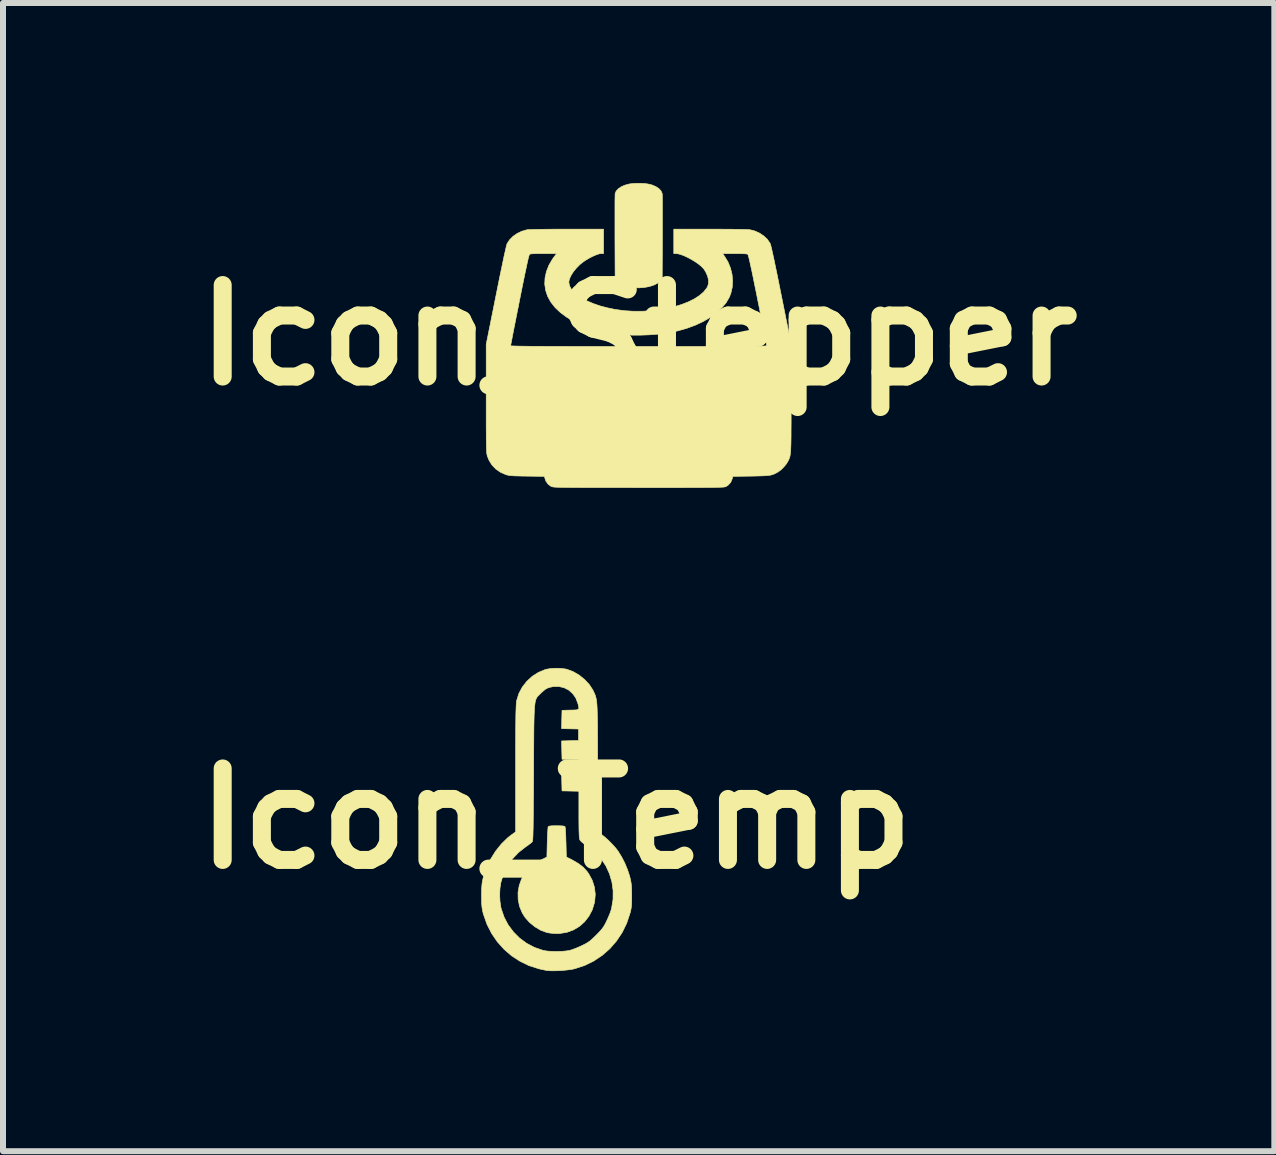
<source format=kicad_pcb>
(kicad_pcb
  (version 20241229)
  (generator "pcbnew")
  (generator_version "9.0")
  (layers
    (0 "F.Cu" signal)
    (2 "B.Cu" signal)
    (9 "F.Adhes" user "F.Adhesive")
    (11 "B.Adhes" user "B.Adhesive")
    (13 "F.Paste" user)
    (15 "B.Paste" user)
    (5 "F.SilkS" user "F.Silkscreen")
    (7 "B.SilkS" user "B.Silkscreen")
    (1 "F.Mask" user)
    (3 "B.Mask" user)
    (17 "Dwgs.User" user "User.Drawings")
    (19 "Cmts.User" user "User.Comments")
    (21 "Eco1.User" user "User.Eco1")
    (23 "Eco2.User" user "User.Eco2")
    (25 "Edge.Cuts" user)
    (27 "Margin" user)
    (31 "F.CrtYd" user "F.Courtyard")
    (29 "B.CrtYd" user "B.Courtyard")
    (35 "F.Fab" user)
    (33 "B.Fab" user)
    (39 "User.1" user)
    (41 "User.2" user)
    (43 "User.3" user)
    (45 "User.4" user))
  (footprint "Icon_Temp"
    (layer "F.Cu")
    (at 6.212 10.588)
    (property "Reference" "Icon_Temp" (at 0 0 0) (layer "F.SilkS") (effects (font (size 1.524 1.524) (thickness 0.3))))
    (attr through_hole)
    (fp_poly (pts (xy 0.078 0.121) (xy 0.123 0.124) (xy 0.147 0.131) (xy 0.152 0.135) (xy 0.155 0.151) (xy 0.159 0.187) (xy 0.162 0.24) (xy 0.165 0.304) (xy 0.167 0.378) (xy 0.168 0.395) (xy 0.174 0.64) (xy 0.28 0.694) (xy 0.377 0.751) (xy 0.455 0.811) (xy 0.518 0.88) (xy 0.546 0.919) (xy 0.605 1.028) (xy 0.642 1.143) (xy 0.656 1.262) (xy 0.646 1.382) (xy 0.642 1.402) (xy 0.606 1.521) (xy 0.55 1.627) (xy 0.478 1.72) (xy 0.391 1.797) (xy 0.292 1.856) (xy 0.182 1.896) (xy 0.064 1.915) (xy 0.016 1.916) (xy -0.042 1.914) (xy -0.1 1.908) (xy -0.147 1.9) (xy -0.154 1.898) (xy -0.253 1.861) (xy -0.349 1.804) (xy -0.437 1.733) (xy -0.511 1.651) (xy -0.56 1.574) (xy -0.606 1.463) (xy -0.629 1.347) (xy -0.631 1.23) (xy -0.611 1.115) (xy -0.571 1.005) (xy -0.511 0.902) (xy -0.431 0.81) (xy -0.416 0.796) (xy -0.377 0.766) (xy -0.326 0.732) (xy -0.271 0.701) (xy -0.253 0.692) (xy -0.15 0.641) (xy -0.144 0.395) (xy -0.142 0.32) (xy -0.139 0.253) (xy -0.135 0.198) (xy -0.132 0.157) (xy -0.129 0.136) (xy -0.128 0.135) (xy -0.113 0.127) (xy -0.08 0.122) (xy -0.025 0.12) (xy 0.012 0.12) (xy 0.078 0.121)) (stroke (width 0.01) (type solid)) (fill yes) (layer "F.SilkS"))
    (fp_poly (pts (xy 0.076 -2.502) (xy 0.152 -2.493) (xy 0.183 -2.487) (xy 0.287 -2.448) (xy 0.387 -2.39) (xy 0.478 -2.317) (xy 0.556 -2.233) (xy 0.616 -2.141) (xy 0.621 -2.13) (xy 0.633 -2.105) (xy 0.644 -2.081) (xy 0.654 -2.058) (xy 0.662 -2.033) (xy 0.669 -2.006) (xy 0.675 -1.974) (xy 0.68 -1.936) (xy 0.684 -1.89) (xy 0.687 -1.834) (xy 0.689 -1.768) (xy 0.691 -1.689) (xy 0.693 -1.596) (xy 0.694 -1.488) (xy 0.694 -1.362) (xy 0.695 -1.217) (xy 0.695 -1.051) (xy 0.695 -0.864) (xy 0.695 -0.833) (xy 0.696 0.222) (xy 0.756 0.263) (xy 0.813 0.307) (xy 0.876 0.364) (xy 0.94 0.429) (xy 0.999 0.495) (xy 1.035 0.542) (xy 1.092 0.634) (xy 1.147 0.74) (xy 1.193 0.852) (xy 1.229 0.96) (xy 1.23 0.964) (xy 1.242 1.015) (xy 1.251 1.06) (xy 1.257 1.106) (xy 1.261 1.159) (xy 1.262 1.225) (xy 1.263 1.276) (xy 1.263 1.354) (xy 1.261 1.414) (xy 1.258 1.462) (xy 1.252 1.505) (xy 1.243 1.547) (xy 1.236 1.574) (xy 1.18 1.743) (xy 1.104 1.899) (xy 1.009 2.041) (xy 0.898 2.169) (xy 0.771 2.28) (xy 0.63 2.374) (xy 0.476 2.449) (xy 0.311 2.503) (xy 0.252 2.515) (xy 0.178 2.524) (xy 0.095 2.532) (xy 0.011 2.536) (xy -0.067 2.537) (xy -0.13 2.534) (xy -0.144 2.532) (xy -0.175 2.527) (xy -0.221 2.517) (xy -0.273 2.506) (xy -0.287 2.502) (xy -0.448 2.451) (xy -0.598 2.378) (xy -0.738 2.287) (xy -0.864 2.178) (xy -0.976 2.053) (xy -1.071 1.914) (xy -1.148 1.763) (xy -1.205 1.601) (xy -1.214 1.57) (xy -1.224 1.524) (xy -1.231 1.48) (xy -1.236 1.431) (xy -1.238 1.372) (xy -1.239 1.296) (xy -1.239 1.276) (xy -1.238 1.269) (xy -0.937 1.269) (xy -0.932 1.375) (xy -0.918 1.473) (xy -0.911 1.504) (xy -0.863 1.643) (xy -0.795 1.772) (xy -0.708 1.889) (xy -0.605 1.992) (xy -0.487 2.079) (xy -0.358 2.147) (xy -0.218 2.195) (xy -0.206 2.198) (xy -0.148 2.208) (xy -0.073 2.213) (xy 0.009 2.215) (xy 0.092 2.213) (xy 0.166 2.207) (xy 0.226 2.198) (xy 0.227 2.198) (xy 0.271 2.184) (xy 0.328 2.163) (xy 0.39 2.137) (xy 0.431 2.118) (xy 0.486 2.091) (xy 0.529 2.066) (xy 0.568 2.039) (xy 0.607 2.005) (xy 0.654 1.96) (xy 0.672 1.942) (xy 0.722 1.891) (xy 0.759 1.85) (xy 0.788 1.812) (xy 0.813 1.771) (xy 0.839 1.721) (xy 0.848 1.701) (xy 0.875 1.642) (xy 0.9 1.581) (xy 0.919 1.527) (xy 0.927 1.498) (xy 0.952 1.348) (xy 0.953 1.2) (xy 0.933 1.056) (xy 0.892 0.918) (xy 0.832 0.788) (xy 0.752 0.668) (xy 0.654 0.561) (xy 0.539 0.469) (xy 0.507 0.448) (xy 0.462 0.417) (xy 0.426 0.387) (xy 0.403 0.363) (xy 0.401 0.358) (xy 0.396 0.345) (xy 0.392 0.324) (xy 0.389 0.293) (xy 0.387 0.25) (xy 0.385 0.192) (xy 0.384 0.116) (xy 0.383 0.021) (xy 0.383 -0.065) (xy 0.383 -0.455) (xy 0.243 -0.458) (xy 0.102 -0.461) (xy 0.098 -0.614) (xy 0.095 -0.766) (xy 0.236 -0.769) (xy 0.377 -0.773) (xy 0.381 -0.877) (xy 0.384 -0.982) (xy 0.243 -0.985) (xy 0.102 -0.988) (xy 0.098 -1.141) (xy 0.095 -1.293) (xy 0.236 -1.297) (xy 0.377 -1.3) (xy 0.377 -1.492) (xy 0.236 -1.495) (xy 0.095 -1.498) (xy 0.098 -1.651) (xy 0.102 -1.803) (xy 0.243 -1.807) (xy 0.305 -1.808) (xy 0.347 -1.811) (xy 0.372 -1.819) (xy 0.382 -1.833) (xy 0.381 -1.859) (xy 0.372 -1.897) (xy 0.365 -1.921) (xy 0.331 -2.01) (xy 0.279 -2.083) (xy 0.213 -2.141) (xy 0.136 -2.18) (xy 0.05 -2.2) (xy -0.042 -2.199) (xy -0.108 -2.185) (xy -0.148 -2.17) (xy -0.185 -2.147) (xy -0.226 -2.111) (xy -0.246 -2.093) (xy -0.265 -2.074) (xy -0.282 -2.057) (xy -0.297 -2.042) (xy -0.311 -2.027) (xy -0.322 -2.009) (xy -0.332 -1.988) (xy -0.34 -1.962) (xy -0.347 -1.93) (xy -0.352 -1.889) (xy -0.357 -1.84) (xy -0.36 -1.78) (xy -0.363 -1.707) (xy -0.365 -1.62) (xy -0.367 -1.518) (xy -0.368 -1.4) (xy -0.369 -1.263) (xy -0.37 -1.106) (xy -0.371 -0.928) (xy -0.371 -0.766) (xy -0.372 -0.572) (xy -0.373 -0.402) (xy -0.375 -0.252) (xy -0.376 -0.123) (xy -0.377 -0.011) (xy -0.378 0.083) (xy -0.379 0.161) (xy -0.381 0.225) (xy -0.382 0.277) (xy -0.384 0.316) (xy -0.386 0.346) (xy -0.389 0.367) (xy -0.391 0.38) (xy -0.394 0.388) (xy -0.395 0.389) (xy -0.413 0.405) (xy -0.445 0.43) (xy -0.485 0.459) (xy -0.503 0.471) (xy -0.622 0.564) (xy -0.725 0.673) (xy -0.809 0.794) (xy -0.874 0.926) (xy -0.917 1.066) (xy -0.918 1.069) (xy -0.932 1.163) (xy -0.937 1.269) (xy -1.238 1.269) (xy -1.238 1.198) (xy -1.235 1.137) (xy -1.231 1.088) (xy -1.224 1.044) (xy -1.214 0.998) (xy -1.207 0.969) (xy -1.157 0.821) (xy -1.089 0.678) (xy -1.005 0.544) (xy -0.907 0.422) (xy -0.8 0.318) (xy -0.738 0.27) (xy -0.671 0.222) (xy -0.671 -0.833) (xy -0.671 -1.022) (xy -0.671 -1.189) (xy -0.67 -1.335) (xy -0.67 -1.462) (xy -0.669 -1.571) (xy -0.668 -1.663) (xy -0.667 -1.74) (xy -0.665 -1.803) (xy -0.663 -1.854) (xy -0.661 -1.895) (xy -0.659 -1.927) (xy -0.656 -1.951) (xy -0.653 -1.968) (xy -0.617 -2.083) (xy -0.56 -2.19) (xy -0.485 -2.286) (xy -0.395 -2.369) (xy -0.293 -2.434) (xy -0.181 -2.481) (xy -0.159 -2.487) (xy -0.09 -2.499) (xy -0.008 -2.504) (xy 0.076 -2.502)) (stroke (width 0.01) (type solid)) (fill yes) (layer "F.SilkS")))
  (footprint "Icon_Stepper"
    (layer "F.Cu")
    (at 7.591 2.534)
    (property "Reference" "Icon_Stepper" (at 0 0 0) (layer "F.SilkS") (effects (font (size 1.524 1.524) (thickness 0.3))))
    (attr through_hole)
    (fp_poly (pts (xy 0.099 -2.526) (xy 0.153 -2.519) (xy 0.154 -2.519) (xy 0.226 -2.501) (xy 0.288 -2.474) (xy 0.338 -2.441) (xy 0.373 -2.402) (xy 0.391 -2.361) (xy 0.392 -2.359) (xy 0.393 -2.344) (xy 0.394 -2.31) (xy 0.394 -2.261) (xy 0.395 -2.196) (xy 0.395 -2.118) (xy 0.395 -2.029) (xy 0.395 -1.931) (xy 0.395 -1.824) (xy 0.395 -1.711) (xy 0.395 -1.63) (xy 0.392 -0.934) (xy 0.362 -0.903) (xy 0.315 -0.865) (xy 0.252 -0.834) (xy 0.178 -0.81) (xy 0.096 -0.795) (xy 0.01 -0.788) (xy -0.077 -0.791) (xy -0.094 -0.793) (xy -0.187 -0.811) (xy -0.265 -0.838) (xy -0.329 -0.874) (xy -0.362 -0.903) (xy -0.392 -0.934) (xy -0.395 -1.63) (xy -0.395 -1.747) (xy -0.395 -1.858) (xy -0.395 -1.963) (xy -0.395 -2.059) (xy -0.395 -2.144) (xy -0.395 -2.218) (xy -0.394 -2.278) (xy -0.393 -2.323) (xy -0.393 -2.35) (xy -0.392 -2.359) (xy -0.375 -2.4) (xy -0.34 -2.438) (xy -0.291 -2.472) (xy -0.23 -2.499) (xy -0.159 -2.518) (xy -0.154 -2.519) (xy -0.101 -2.526) (xy -0.036 -2.529) (xy 0.034 -2.529) (xy 0.099 -2.526)) (stroke (width 0.01) (type solid)) (fill yes) (layer "F.SilkS"))
    (fp_poly (pts (xy 1.188 -1.766) (xy 1.311 -1.766) (xy 1.425 -1.765) (xy 1.529 -1.765) (xy 1.622 -1.763) (xy 1.702 -1.762) (xy 1.767 -1.761) (xy 1.816 -1.759) (xy 1.848 -1.757) (xy 1.855 -1.756) (xy 1.937 -1.735) (xy 2.014 -1.7) (xy 2.084 -1.653) (xy 2.143 -1.598) (xy 2.186 -1.535) (xy 2.192 -1.525) (xy 2.198 -1.506) (xy 2.208 -1.469) (xy 2.221 -1.413) (xy 2.237 -1.34) (xy 2.257 -1.249) (xy 2.279 -1.141) (xy 2.305 -1.018) (xy 2.333 -0.879) (xy 2.364 -0.724) (xy 2.376 -0.665) (xy 2.54 0.152) (xy 2.54 1.051) (xy 2.54 1.209) (xy 2.54 1.348) (xy 2.54 1.469) (xy 2.539 1.575) (xy 2.539 1.666) (xy 2.538 1.744) (xy 2.537 1.81) (xy 2.535 1.865) (xy 2.533 1.911) (xy 2.53 1.948) (xy 2.527 1.979) (xy 2.523 2.004) (xy 2.519 2.025) (xy 2.513 2.043) (xy 2.507 2.06) (xy 2.5 2.076) (xy 2.492 2.093) (xy 2.49 2.097) (xy 2.461 2.145) (xy 2.42 2.195) (xy 2.373 2.242) (xy 2.326 2.277) (xy 2.313 2.285) (xy 2.283 2.301) (xy 2.256 2.314) (xy 2.229 2.324) (xy 2.2 2.332) (xy 2.165 2.337) (xy 2.123 2.341) (xy 2.07 2.344) (xy 2.005 2.346) (xy 1.923 2.348) (xy 1.869 2.349) (xy 1.57 2.353) (xy 1.557 2.398) (xy 1.532 2.455) (xy 1.491 2.499) (xy 1.458 2.521) (xy 1.452 2.523) (xy 1.446 2.526) (xy 1.437 2.528) (xy 1.426 2.53) (xy 1.411 2.532) (xy 1.391 2.533) (xy 1.365 2.534) (xy 1.333 2.535) (xy 1.293 2.536) (xy 1.244 2.537) (xy 1.185 2.538) (xy 1.116 2.538) (xy 1.034 2.539) (xy 0.941 2.539) (xy 0.833 2.539) (xy 0.711 2.54) (xy 0.573 2.54) (xy 0.419 2.54) (xy 0.247 2.54) (xy 0.057 2.54) (xy -0.002 2.54) (xy -0.198 2.539) (xy -0.375 2.539) (xy -0.535 2.539) (xy -0.677 2.539) (xy -0.804 2.539) (xy -0.915 2.539) (xy -1.013 2.538) (xy -1.098 2.538) (xy -1.171 2.537) (xy -1.232 2.537) (xy -1.284 2.536) (xy -1.326 2.535) (xy -1.361 2.534) (xy -1.388 2.533) (xy -1.41 2.531) (xy -1.426 2.529) (xy -1.438 2.527) (xy -1.447 2.525) (xy -1.454 2.523) (xy -1.459 2.52) (xy -1.46 2.52) (xy -1.509 2.483) (xy -1.545 2.433) (xy -1.558 2.398) (xy -1.571 2.353) (xy -1.86 2.349) (xy -1.945 2.348) (xy -2.013 2.346) (xy -2.066 2.345) (xy -2.107 2.342) (xy -2.139 2.34) (xy -2.165 2.336) (xy -2.187 2.331) (xy -2.207 2.326) (xy -2.213 2.324) (xy -2.303 2.284) (xy -2.381 2.23) (xy -2.445 2.163) (xy -2.494 2.083) (xy -2.521 2.016) (xy -2.524 2.004) (xy -2.527 1.992) (xy -2.529 1.978) (xy -2.532 1.961) (xy -2.533 1.939) (xy -2.535 1.911) (xy -2.536 1.876) (xy -2.537 1.833) (xy -2.538 1.78) (xy -2.539 1.715) (xy -2.539 1.639) (xy -2.54 1.549) (xy -2.54 1.444) (xy -2.54 1.323) (xy -2.54 1.185) (xy -2.54 1.052) (xy -2.54 0.176) (xy -2.133 0.176) (xy -2.13 0.178) (xy -2.119 0.179) (xy -2.1 0.18) (xy -2.072 0.181) (xy -2.034 0.182) (xy -1.987 0.183) (xy -1.929 0.184) (xy -1.859 0.185) (xy -1.777 0.186) (xy -1.683 0.186) (xy -1.575 0.187) (xy -1.452 0.187) (xy -1.315 0.187) (xy -1.163 0.188) (xy -0.994 0.188) (xy -0.809 0.188) (xy -0.606 0.188) (xy -0.385 0.188) (xy -0.145 0.189) (xy 0 0.189) (xy 0.251 0.188) (xy 0.482 0.188) (xy 0.695 0.188) (xy 0.891 0.188) (xy 1.069 0.188) (xy 1.23 0.188) (xy 1.376 0.187) (xy 1.507 0.187) (xy 1.623 0.186) (xy 1.725 0.186) (xy 1.814 0.185) (xy 1.89 0.185) (xy 1.955 0.184) (xy 2.009 0.183) (xy 2.052 0.182) (xy 2.085 0.181) (xy 2.109 0.18) (xy 2.124 0.178) (xy 2.132 0.177) (xy 2.133 0.176) (xy 2.131 0.165) (xy 2.126 0.135) (xy 2.117 0.089) (xy 2.105 0.029) (xy 2.091 -0.046) (xy 2.074 -0.132) (xy 2.055 -0.228) (xy 2.034 -0.333) (xy 2.012 -0.446) (xy 1.988 -0.564) (xy 1.984 -0.585) (xy 1.954 -0.736) (xy 1.927 -0.867) (xy 1.904 -0.981) (xy 1.884 -1.078) (xy 1.866 -1.158) (xy 1.852 -1.223) (xy 1.84 -1.274) (xy 1.831 -1.31) (xy 1.824 -1.334) (xy 1.819 -1.346) (xy 1.818 -1.347) (xy 1.805 -1.352) (xy 1.78 -1.355) (xy 1.74 -1.357) (xy 1.684 -1.359) (xy 1.609 -1.359) (xy 1.601 -1.359) (xy 1.399 -1.359) (xy 1.433 -1.311) (xy 1.489 -1.218) (xy 1.53 -1.117) (xy 1.556 -1.011) (xy 1.565 -0.904) (xy 1.559 -0.798) (xy 1.536 -0.697) (xy 1.51 -0.631) (xy 1.457 -0.54) (xy 1.385 -0.454) (xy 1.297 -0.372) (xy 1.194 -0.297) (xy 1.076 -0.228) (xy 0.946 -0.167) (xy 0.805 -0.115) (xy 0.655 -0.072) (xy 0.579 -0.055) (xy 0.454 -0.033) (xy 0.316 -0.016) (xy 0.17 -0.005) (xy 0.023 0.000228) (xy -0.119 -0.000336) (xy -0.251 -0.007) (xy -0.274 -0.009) (xy -0.455 -0.032) (xy -0.626 -0.066) (xy -0.787 -0.11) (xy -0.937 -0.163) (xy -1.073 -0.225) (xy -1.196 -0.297) (xy -1.303 -0.376) (xy -1.394 -0.462) (xy -1.465 -0.553) (xy -1.517 -0.648) (xy -1.55 -0.747) (xy -1.565 -0.85) (xy -1.56 -0.954) (xy -1.537 -1.059) (xy -1.496 -1.164) (xy -1.436 -1.267) (xy -1.392 -1.327) (xy -1.367 -1.359) (xy -1.584 -1.359) (xy -1.663 -1.359) (xy -1.724 -1.358) (xy -1.768 -1.356) (xy -1.798 -1.353) (xy -1.815 -1.349) (xy -1.818 -1.347) (xy -1.822 -1.339) (xy -1.829 -1.318) (xy -1.838 -1.285) (xy -1.849 -1.239) (xy -1.862 -1.178) (xy -1.878 -1.102) (xy -1.898 -1.01) (xy -1.92 -0.902) (xy -1.946 -0.775) (xy -1.975 -0.63) (xy -1.984 -0.585) (xy -2.007 -0.466) (xy -2.03 -0.353) (xy -2.051 -0.246) (xy -2.071 -0.148) (xy -2.088 -0.06) (xy -2.103 0.016) (xy -2.115 0.08) (xy -2.124 0.128) (xy -2.131 0.161) (xy -2.133 0.175) (xy -2.133 0.176) (xy -2.54 0.176) (xy -2.54 0.152) (xy -2.376 -0.665) (xy -2.344 -0.824) (xy -2.315 -0.969) (xy -2.288 -1.098) (xy -2.264 -1.212) (xy -2.244 -1.309) (xy -2.226 -1.388) (xy -2.212 -1.451) (xy -2.201 -1.495) (xy -2.194 -1.52) (xy -2.192 -1.525) (xy -2.151 -1.588) (xy -2.095 -1.645) (xy -2.026 -1.693) (xy -1.95 -1.73) (xy -1.869 -1.754) (xy -1.855 -1.756) (xy -1.832 -1.758) (xy -1.791 -1.76) (xy -1.732 -1.761) (xy -1.659 -1.763) (xy -1.572 -1.764) (xy -1.472 -1.765) (xy -1.362 -1.766) (xy -1.243 -1.766) (xy -1.188 -1.766) (xy -0.585 -1.766) (xy -0.585 -1.359) (xy -0.628 -1.359) (xy -0.662 -1.354) (xy -0.708 -1.338) (xy -0.762 -1.315) (xy -0.819 -1.286) (xy -0.875 -1.253) (xy -0.918 -1.225) (xy -0.981 -1.175) (xy -1.037 -1.118) (xy -1.086 -1.059) (xy -1.124 -0.999) (xy -1.151 -0.943) (xy -1.163 -0.892) (xy -1.163 -0.879) (xy -1.153 -0.824) (xy -1.124 -0.769) (xy -1.078 -0.715) (xy -1.016 -0.663) (xy -0.941 -0.613) (xy -0.852 -0.567) (xy -0.753 -0.525) (xy -0.643 -0.487) (xy -0.525 -0.456) (xy -0.4 -0.43) (xy -0.269 -0.411) (xy -0.234 -0.407) (xy -0.089 -0.398) (xy 0.056 -0.398) (xy 0.2 -0.406) (xy 0.34 -0.422) (xy 0.474 -0.445) (xy 0.602 -0.476) (xy 0.722 -0.513) (xy 0.831 -0.556) (xy 0.929 -0.605) (xy 1.012 -0.659) (xy 1.08 -0.717) (xy 1.131 -0.779) (xy 1.147 -0.806) (xy 1.163 -0.857) (xy 1.164 -0.916) (xy 1.149 -0.981) (xy 1.121 -1.046) (xy 1.09 -1.097) (xy 1.055 -1.136) (xy 1.006 -1.178) (xy 0.948 -1.219) (xy 0.883 -1.259) (xy 0.816 -1.295) (xy 0.751 -1.325) (xy 0.691 -1.347) (xy 0.64 -1.358) (xy 0.623 -1.359) (xy 0.585 -1.359) (xy 0.585 -1.766) (xy 1.188 -1.766)) (stroke (width 0.01) (type solid)) (fill yes) (layer "F.SilkS")))
  (gr_rect
    (start -3 -3)
    (end 18.182 16.13)
    (stroke (width 0.1) (type default))
    (fill no)
    (layer "Edge.Cuts")))
</source>
